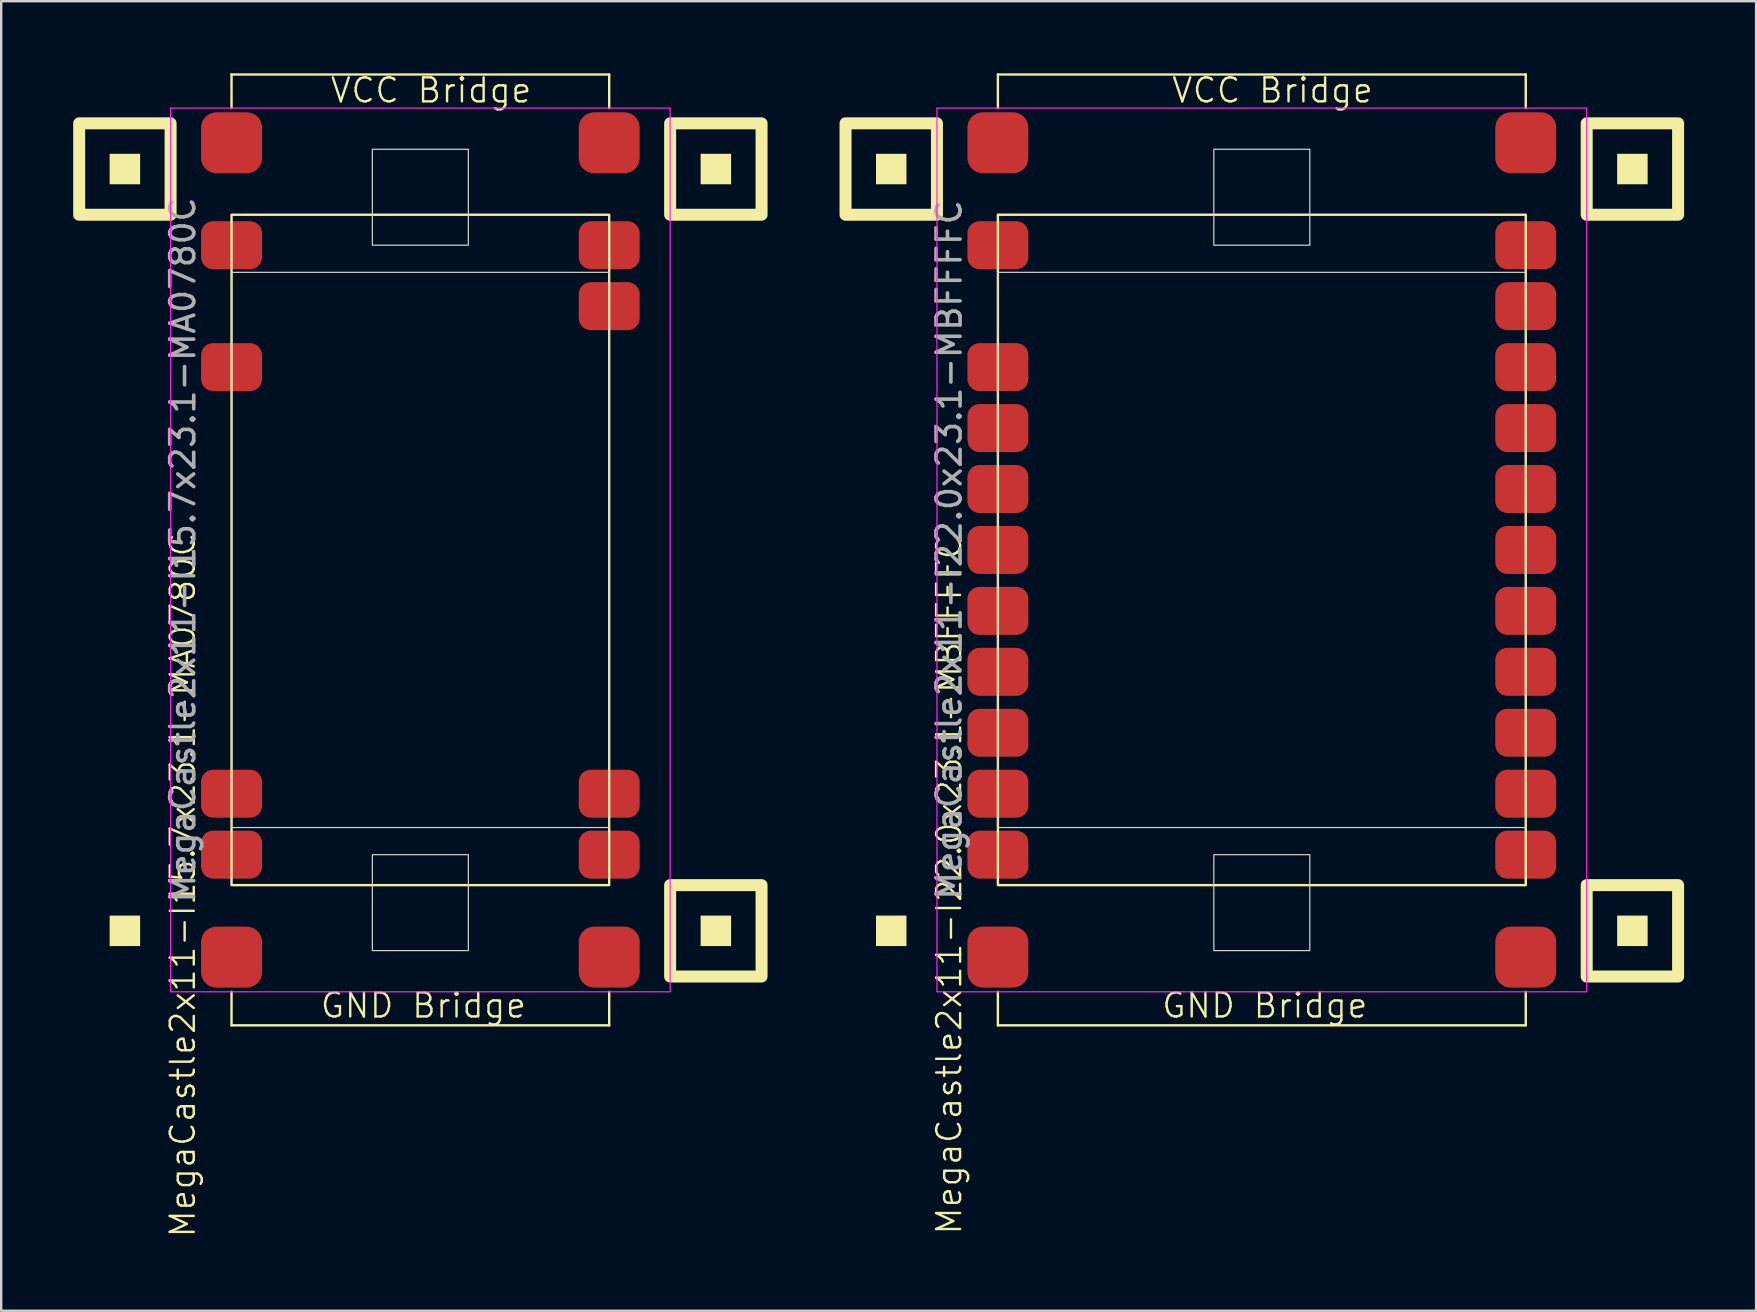
<source format=kicad_pcb>
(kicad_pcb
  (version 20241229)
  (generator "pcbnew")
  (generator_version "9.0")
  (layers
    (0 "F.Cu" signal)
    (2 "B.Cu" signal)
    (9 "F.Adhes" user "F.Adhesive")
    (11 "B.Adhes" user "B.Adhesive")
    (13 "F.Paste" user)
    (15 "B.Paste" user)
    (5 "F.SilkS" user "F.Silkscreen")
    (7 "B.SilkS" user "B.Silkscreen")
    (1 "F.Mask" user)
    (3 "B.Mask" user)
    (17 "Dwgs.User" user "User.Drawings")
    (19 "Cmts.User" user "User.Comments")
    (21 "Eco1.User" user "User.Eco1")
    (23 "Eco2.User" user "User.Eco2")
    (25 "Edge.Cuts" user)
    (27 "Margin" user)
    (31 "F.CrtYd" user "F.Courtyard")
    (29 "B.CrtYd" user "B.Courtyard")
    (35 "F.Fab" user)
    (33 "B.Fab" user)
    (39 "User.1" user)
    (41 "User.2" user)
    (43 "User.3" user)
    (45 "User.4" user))
  (footprint "MegaCastle2x11-I22.0x23.1-MBFFFFC"
    (layer "F.Cu")
    (at 49.54 19.87)
    (property "Reference" "MegaCastle2x11-I22.0x23.1-MBFFFFC" (at -13.032 13.97 90) (unlocked yes) (layer "F.SilkS") (effects (font (size 1 1) (thickness 0.1))))
    (attr smd)
    (fp_line (start -11 -19.815) (end 11 -19.815) (stroke (width 0.1) (type default)) (layer "F.SilkS"))
    (fp_line (start -11 -18.415) (end -11 -19.815) (stroke (width 0.1) (type default)) (layer "F.SilkS"))
    (fp_line (start -11 18.415) (end -11 19.815) (stroke (width 0.1) (type default)) (layer "F.SilkS"))
    (fp_line (start -11 19.815) (end 11 19.815) (stroke (width 0.1) (type default)) (layer "F.SilkS"))
    (fp_line (start 11 -18.415) (end 11 -19.815) (stroke (width 0.1) (type default)) (layer "F.SilkS"))
    (fp_line (start 11 18.415) (end 11 19.815) (stroke (width 0.1) (type default)) (layer "F.SilkS"))
    (fp_rect (start -14.81 -15.24) (end -16.08 -16.51) (stroke (width 0) (type solid)) (fill yes) (layer "F.SilkS"))
    (fp_rect (start -14.81 16.51) (end -16.08 15.24) (stroke (width 0) (type solid)) (fill yes) (layer "F.SilkS"))
    (fp_rect (start -13.54 -13.97) (end -17.35 -17.78) (stroke (width 0.5) (type default)) (fill no) (layer "F.SilkS"))
    (fp_rect (start -11 -13.97) (end 11 13.97) (stroke (width 0.1) (type default)) (fill no) (layer "F.SilkS"))
    (fp_rect (start 16.08 -15.24) (end 14.81 -16.51) (stroke (width 0) (type solid)) (fill yes) (layer "F.SilkS"))
    (fp_rect (start 16.08 16.51) (end 14.81 15.24) (stroke (width 0) (type solid)) (fill yes) (layer "F.SilkS"))
    (fp_rect (start 17.35 -13.97) (end 13.54 -17.78) (stroke (width 0.5) (type default)) (fill no) (layer "F.SilkS"))
    (fp_rect (start 17.35 17.78) (end 13.54 13.97) (stroke (width 0.5) (type default)) (fill no) (layer "F.SilkS"))
    (fp_rect (start -11 -11.57) (end 11 11.57) (stroke (width 0.05) (type default)) (fill no) (layer "Edge.Cuts"))
    (fp_rect (start -2 -12.7) (end 2 -16.7) (stroke (width 0.05) (type default)) (fill no) (layer "Edge.Cuts"))
    (fp_rect (start -2 12.7) (end 2 16.7) (stroke (width 0.05) (type default)) (fill no) (layer "Edge.Cuts"))
    (fp_line (start -13.54 -18.415) (end -13.54 18.415) (stroke (width 0.05) (type default)) (layer "F.CrtYd"))
    (fp_line (start -13.54 18.415) (end 13.54 18.415) (stroke (width 0.05) (type default)) (layer "F.CrtYd"))
    (fp_line (start 13.54 -18.415) (end -13.54 -18.415) (stroke (width 0.05) (type default)) (layer "F.CrtYd"))
    (fp_line (start 13.54 -18.415) (end 13.54 18.415) (stroke (width 0.05) (type default)) (layer "F.CrtYd"))
    (fp_text user "VCC Bridge" (at -3.81 -18.57 0) (unlocked yes) (layer "F.SilkS") (effects (font (size 1 1) (thickness 0.1)) (justify left bottom)))
    (fp_text user "GND Bridge" (at -4.226 19.57 0) (unlocked yes) (layer "F.SilkS") (effects (font (size 1 1) (thickness 0.1)) (justify left bottom)))
    (fp_text user "${REFERENCE}" (at -13.032 0 90) (unlocked yes) (layer "F.Fab") (effects (font (size 1 1) (thickness 0.15))))
    (pad "1" smd roundrect (at -11 -12.7) (size 2.54 2) (layers "F.Cu" "F.Mask" "F.Paste") (roundrect_rratio 0.25))
    (pad "3" smd roundrect (at -11 -7.62) (size 2.54 2) (layers "F.Cu" "F.Mask" "F.Paste") (roundrect_rratio 0.25))
    (pad "4" smd roundrect (at -11 -5.08) (size 2.54 2) (layers "F.Cu" "F.Mask" "F.Paste") (roundrect_rratio 0.25))
    (pad "5" smd roundrect (at -11 -2.54) (size 2.54 2) (layers "F.Cu" "F.Mask" "F.Paste") (roundrect_rratio 0.25))
    (pad "6" smd roundrect (at -11 0) (size 2.54 2) (layers "F.Cu" "F.Mask" "F.Paste") (roundrect_rratio 0.25))
    (pad "7" smd roundrect (at -11 2.54) (size 2.54 2) (layers "F.Cu" "F.Mask" "F.Paste") (roundrect_rratio 0.25))
    (pad "8" smd roundrect (at -11 5.08) (size 2.54 2) (layers "F.Cu" "F.Mask" "F.Paste") (roundrect_rratio 0.25))
    (pad "9" smd roundrect (at -11 7.62) (size 2.54 2) (layers "F.Cu" "F.Mask" "F.Paste") (roundrect_rratio 0.25))
    (pad "10" smd roundrect (at -11 10.16) (size 2.54 2) (layers "F.Cu" "F.Mask" "F.Paste") (roundrect_rratio 0.25))
    (pad "11" smd roundrect (at -11 12.7) (size 2.54 2) (layers "F.Cu" "F.Mask" "F.Paste") (roundrect_rratio 0.25))
    (pad "12" smd roundrect (at 11 -12.7) (size 2.54 2) (layers "F.Cu" "F.Mask" "F.Paste") (roundrect_rratio 0.25))
    (pad "13" smd roundrect (at 11 -10.16) (size 2.54 2) (layers "F.Cu" "F.Mask" "F.Paste") (roundrect_rratio 0.25))
    (pad "14" smd roundrect (at 11 -7.62) (size 2.54 2) (layers "F.Cu" "F.Mask" "F.Paste") (roundrect_rratio 0.25))
    (pad "15" smd roundrect (at 11 -5.08) (size 2.54 2) (layers "F.Cu" "F.Mask" "F.Paste") (roundrect_rratio 0.25))
    (pad "16" smd roundrect (at 11 -2.54) (size 2.54 2) (layers "F.Cu" "F.Mask" "F.Paste") (roundrect_rratio 0.25))
    (pad "17" smd roundrect (at 11 0) (size 2.54 2) (layers "F.Cu" "F.Mask" "F.Paste") (roundrect_rratio 0.25))
    (pad "18" smd roundrect (at 11 2.54) (size 2.54 2) (layers "F.Cu" "F.Mask" "F.Paste") (roundrect_rratio 0.25))
    (pad "19" smd roundrect (at 11 5.08) (size 2.54 2) (layers "F.Cu" "F.Mask" "F.Paste") (roundrect_rratio 0.25))
    (pad "20" smd roundrect (at 11 7.62) (size 2.54 2) (layers "F.Cu" "F.Mask" "F.Paste") (roundrect_rratio 0.25))
    (pad "21" smd roundrect (at 11 10.16) (size 2.54 2) (layers "F.Cu" "F.Mask" "F.Paste") (roundrect_rratio 0.25))
    (pad "22" smd roundrect (at 11 12.7) (size 2.54 2) (layers "F.Cu" "F.Mask" "F.Paste") (roundrect_rratio 0.25))
    (pad "A1" smd roundrect (at -11 -16.97) (size 2.54 2.54) (layers "F.Cu" "F.Mask" "F.Paste") (roundrect_rratio 0.25))
    (pad "A2" smd roundrect (at 11 -16.97) (size 2.54 2.54) (layers "F.Cu" "F.Mask" "F.Paste") (roundrect_rratio 0.25))
    (pad "B1" smd roundrect (at -11 16.97) (size 2.54 2.54) (layers "F.Cu" "F.Mask" "F.Paste") (roundrect_rratio 0.25))
    (pad "B2" smd roundrect (at 11 16.97) (size 2.54 2.54) (layers "F.Cu" "F.Mask" "F.Paste") (roundrect_rratio 0.25)))
  (footprint "MegaCastle2x11-I15.7x23.1-MA0780C"
    (layer "F.Cu")
    (at 14.47 19.87)
    (property "Reference" "MegaCastle2x11-I15.7x23.1-MA0780C" (at -9.902 13.97 90) (unlocked yes) (layer "F.SilkS") (effects (font (size 1 1) (thickness 0.1))))
    (attr smd)
    (fp_line (start -7.87 -19.815) (end 7.87 -19.815) (stroke (width 0.1) (type default)) (layer "F.SilkS"))
    (fp_line (start -7.87 -18.415) (end -7.87 -19.815) (stroke (width 0.1) (type default)) (layer "F.SilkS"))
    (fp_line (start -7.87 18.415) (end -7.87 19.815) (stroke (width 0.1) (type default)) (layer "F.SilkS"))
    (fp_line (start -7.87 19.815) (end 7.87 19.815) (stroke (width 0.1) (type default)) (layer "F.SilkS"))
    (fp_line (start 7.87 -18.415) (end 7.87 -19.815) (stroke (width 0.1) (type default)) (layer "F.SilkS"))
    (fp_line (start 7.87 18.415) (end 7.87 19.815) (stroke (width 0.1) (type default)) (layer "F.SilkS"))
    (fp_rect (start -11.68 -15.24) (end -12.95 -16.51) (stroke (width 0) (type solid)) (fill yes) (layer "F.SilkS"))
    (fp_rect (start -11.68 16.51) (end -12.95 15.24) (stroke (width 0) (type solid)) (fill yes) (layer "F.SilkS"))
    (fp_rect (start -10.41 -13.97) (end -14.22 -17.78) (stroke (width 0.5) (type default)) (fill no) (layer "F.SilkS"))
    (fp_rect (start -7.87 -13.97) (end 7.87 13.97) (stroke (width 0.1) (type default)) (fill no) (layer "F.SilkS"))
    (fp_rect (start 12.95 -15.24) (end 11.68 -16.51) (stroke (width 0) (type solid)) (fill yes) (layer "F.SilkS"))
    (fp_rect (start 12.95 16.51) (end 11.68 15.24) (stroke (width 0) (type solid)) (fill yes) (layer "F.SilkS"))
    (fp_rect (start 14.22 -13.97) (end 10.41 -17.78) (stroke (width 0.5) (type default)) (fill no) (layer "F.SilkS"))
    (fp_rect (start 14.22 17.78) (end 10.41 13.97) (stroke (width 0.5) (type default)) (fill no) (layer "F.SilkS"))
    (fp_rect (start -7.87 -11.57) (end 7.87 11.57) (stroke (width 0.05) (type default)) (fill no) (layer "Edge.Cuts"))
    (fp_rect (start -2 -12.7) (end 2 -16.7) (stroke (width 0.05) (type default)) (fill no) (layer "Edge.Cuts"))
    (fp_rect (start -2 12.7) (end 2 16.7) (stroke (width 0.05) (type default)) (fill no) (layer "Edge.Cuts"))
    (fp_line (start -10.41 -18.415) (end -10.41 18.415) (stroke (width 0.05) (type default)) (layer "F.CrtYd"))
    (fp_line (start -10.41 18.415) (end 10.41 18.415) (stroke (width 0.05) (type default)) (layer "F.CrtYd"))
    (fp_line (start 10.41 -18.415) (end -10.41 -18.415) (stroke (width 0.05) (type default)) (layer "F.CrtYd"))
    (fp_line (start 10.41 -18.415) (end 10.41 18.415) (stroke (width 0.05) (type default)) (layer "F.CrtYd"))
    (fp_text user "GND Bridge" (at -4.226 19.57 0) (unlocked yes) (layer "F.SilkS") (effects (font (size 1 1) (thickness 0.1)) (justify left bottom)))
    (fp_text user "VCC Bridge" (at -3.81 -18.57 0) (unlocked yes) (layer "F.SilkS") (effects (font (size 1 1) (thickness 0.1)) (justify left bottom)))
    (fp_text user "${REFERENCE}" (at -9.902 0 90) (unlocked yes) (layer "F.Fab") (effects (font (size 1 1) (thickness 0.15))))
    (pad "1" smd roundrect (at -7.87 -12.7) (size 2.54 2) (layers "F.Cu" "F.Mask" "F.Paste") (roundrect_rratio 0.25))
    (pad "3" smd roundrect (at -7.87 -7.62) (size 2.54 2) (layers "F.Cu" "F.Mask" "F.Paste") (roundrect_rratio 0.25))
    (pad "10" smd roundrect (at -7.87 10.16) (size 2.54 2) (layers "F.Cu" "F.Mask" "F.Paste") (roundrect_rratio 0.25))
    (pad "11" smd roundrect (at -7.87 12.7) (size 2.54 2) (layers "F.Cu" "F.Mask" "F.Paste") (roundrect_rratio 0.25))
    (pad "12" smd roundrect (at 7.87 -12.7) (size 2.54 2) (layers "F.Cu" "F.Mask" "F.Paste") (roundrect_rratio 0.25))
    (pad "13" smd roundrect (at 7.87 -10.16) (size 2.54 2) (layers "F.Cu" "F.Mask" "F.Paste") (roundrect_rratio 0.25))
    (pad "21" smd roundrect (at 7.87 10.16) (size 2.54 2) (layers "F.Cu" "F.Mask" "F.Paste") (roundrect_rratio 0.25))
    (pad "22" smd roundrect (at 7.87 12.7) (size 2.54 2) (layers "F.Cu" "F.Mask" "F.Paste") (roundrect_rratio 0.25))
    (pad "A1" smd roundrect (at -7.87 -16.97) (size 2.54 2.54) (layers "F.Cu" "F.Mask" "F.Paste") (roundrect_rratio 0.25))
    (pad "A2" smd roundrect (at 7.87 -16.97) (size 2.54 2.54) (layers "F.Cu" "F.Mask" "F.Paste") (roundrect_rratio 0.25))
    (pad "B1" smd roundrect (at -7.87 16.97) (size 2.54 2.54) (layers "F.Cu" "F.Mask" "F.Paste") (roundrect_rratio 0.25))
    (pad "B2" smd roundrect (at 7.87 16.97) (size 2.54 2.54) (layers "F.Cu" "F.Mask" "F.Paste") (roundrect_rratio 0.25)))
  (gr_rect
    (start -3 -3)
    (end 70.14 51.58)
    (stroke (width 0.1) (type default))
    (fill no)
    (layer "Edge.Cuts")))
</source>
